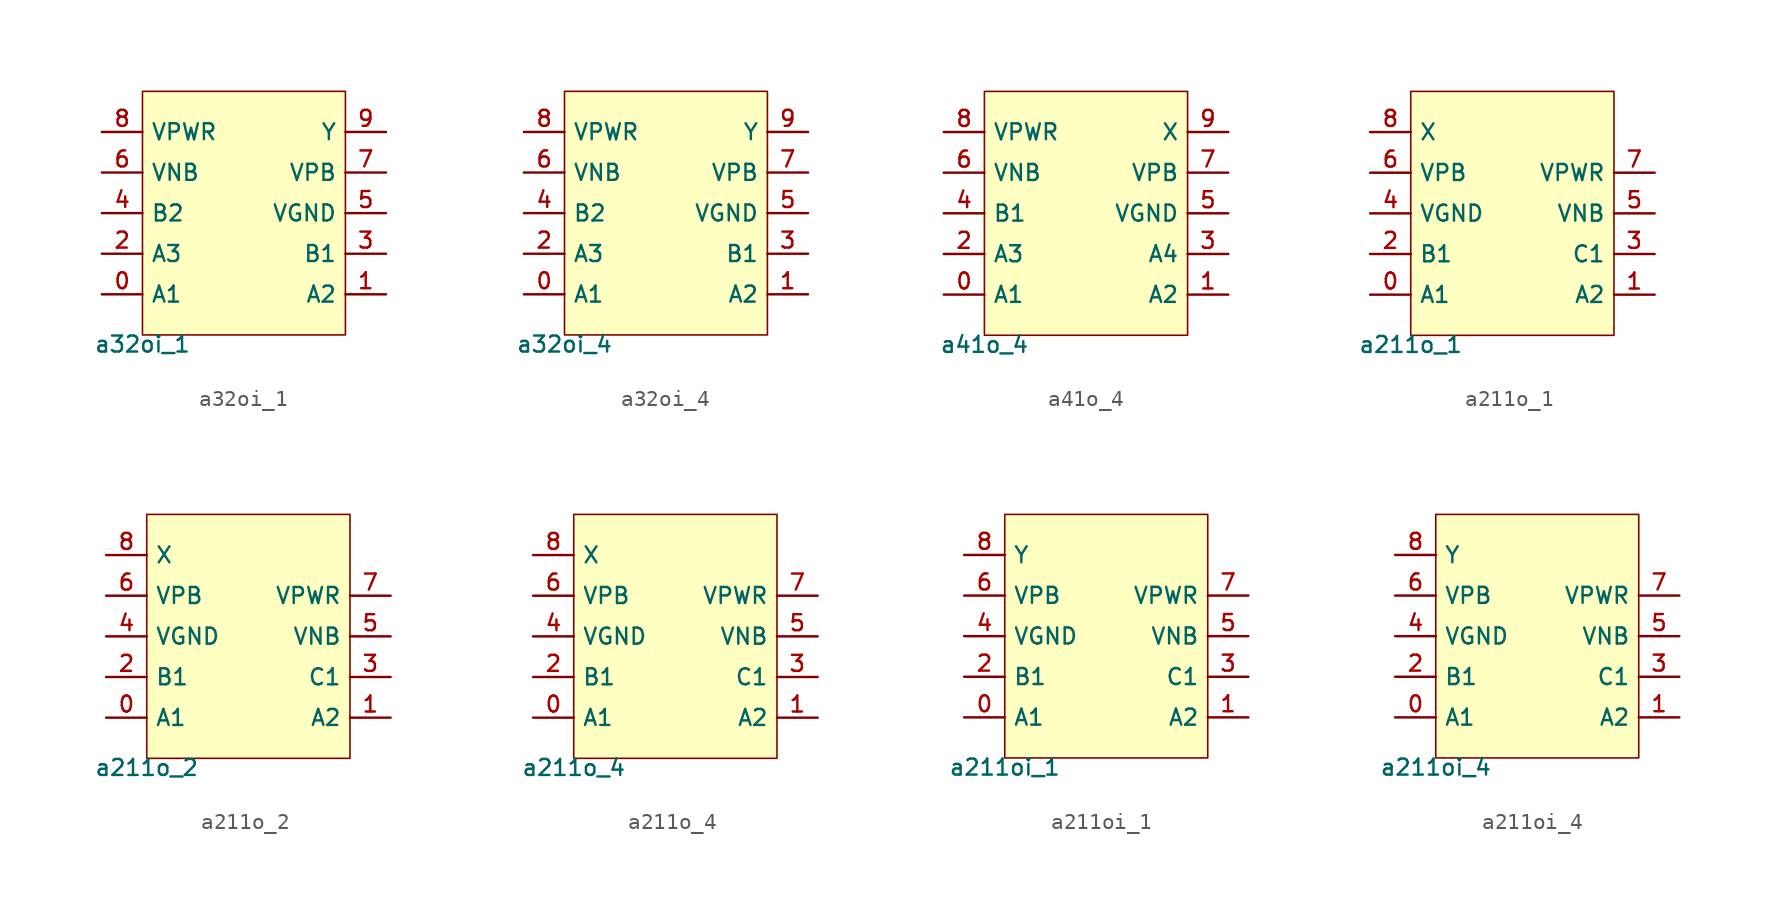
<source format=kicad_sym>
(kicad_symbol_lib
  (version 20211014)
  (generator pdk2kicad)
  (symbol "a32oi_1"
    (property "Reference" "X"
      (at 0 0 0)
      (effects (font (size 1 1)) hide))
    (property "Value" "a32oi_1"
      (at -6.35 -7.62 0)
      (effects (font (size 1 1)) (justify top)))
    (rectangle
      (start -6.35 -7.62)
      (end 6.35 7.62)
      (stroke (width 0.1) (type solid) (color 0 0 0 0))
      (fill (type background)))
    (pin bidirectional line
      (at -8.89 -5.08 0)
      (length 2.54)
      (name "A1" (effects (font (size 1 1)) hide))
      (number "0" (effects (font (size 1 1)) hide)))
    (pin bidirectional line
      (at 8.89 -5.08 180)
      (length 2.54)
      (name "A2" (effects (font (size 1 1)) hide))
      (number "1" (effects (font (size 1 1)) hide)))
    (pin bidirectional line
      (at -8.89 -2.54 0)
      (length 2.54)
      (name "A3" (effects (font (size 1 1)) hide))
      (number "2" (effects (font (size 1 1)) hide)))
    (pin bidirectional line
      (at 8.89 -2.54 180)
      (length 2.54)
      (name "B1" (effects (font (size 1 1)) hide))
      (number "3" (effects (font (size 1 1)) hide)))
    (pin bidirectional line
      (at -8.89 8.881784197001252e-16 0)
      (length 2.54)
      (name "B2" (effects (font (size 1 1)) hide))
      (number "4" (effects (font (size 1 1)) hide)))
    (pin bidirectional line
      (at 8.89 8.881784197001252e-16 180)
      (length 2.54)
      (name "VGND" (effects (font (size 1 1)) hide))
      (number "5" (effects (font (size 1 1)) hide)))
    (pin bidirectional line
      (at -8.89 2.54 0)
      (length 2.54)
      (name "VNB" (effects (font (size 1 1)) hide))
      (number "6" (effects (font (size 1 1)) hide)))
    (pin bidirectional line
      (at 8.89 2.54 180)
      (length 2.54)
      (name "VPB" (effects (font (size 1 1)) hide))
      (number "7" (effects (font (size 1 1)) hide)))
    (pin bidirectional line
      (at -8.89 5.08 0)
      (length 2.54)
      (name "VPWR" (effects (font (size 1 1)) hide))
      (number "8" (effects (font (size 1 1)) hide)))
    (pin bidirectional line
      (at 8.89 5.08 180)
      (length 2.54)
      (name "Y" (effects (font (size 1 1)) hide))
      (number "9" (effects (font (size 1 1)) hide))))
  (symbol "a32oi_4"
    (property "Reference" "X"
      (at 0 0 0)
      (effects (font (size 1 1)) hide))
    (property "Value" "a32oi_4"
      (at -6.35 -7.62 0)
      (effects (font (size 1 1)) (justify top)))
    (rectangle
      (start -6.35 -7.62)
      (end 6.35 7.62)
      (stroke (width 0.1) (type solid) (color 0 0 0 0))
      (fill (type background)))
    (pin bidirectional line
      (at -8.89 -5.08 0)
      (length 2.54)
      (name "A1" (effects (font (size 1 1)) hide))
      (number "0" (effects (font (size 1 1)) hide)))
    (pin bidirectional line
      (at 8.89 -5.08 180)
      (length 2.54)
      (name "A2" (effects (font (size 1 1)) hide))
      (number "1" (effects (font (size 1 1)) hide)))
    (pin bidirectional line
      (at -8.89 -2.54 0)
      (length 2.54)
      (name "A3" (effects (font (size 1 1)) hide))
      (number "2" (effects (font (size 1 1)) hide)))
    (pin bidirectional line
      (at 8.89 -2.54 180)
      (length 2.54)
      (name "B1" (effects (font (size 1 1)) hide))
      (number "3" (effects (font (size 1 1)) hide)))
    (pin bidirectional line
      (at -8.89 8.881784197001252e-16 0)
      (length 2.54)
      (name "B2" (effects (font (size 1 1)) hide))
      (number "4" (effects (font (size 1 1)) hide)))
    (pin bidirectional line
      (at 8.89 8.881784197001252e-16 180)
      (length 2.54)
      (name "VGND" (effects (font (size 1 1)) hide))
      (number "5" (effects (font (size 1 1)) hide)))
    (pin bidirectional line
      (at -8.89 2.54 0)
      (length 2.54)
      (name "VNB" (effects (font (size 1 1)) hide))
      (number "6" (effects (font (size 1 1)) hide)))
    (pin bidirectional line
      (at 8.89 2.54 180)
      (length 2.54)
      (name "VPB" (effects (font (size 1 1)) hide))
      (number "7" (effects (font (size 1 1)) hide)))
    (pin bidirectional line
      (at -8.89 5.08 0)
      (length 2.54)
      (name "VPWR" (effects (font (size 1 1)) hide))
      (number "8" (effects (font (size 1 1)) hide)))
    (pin bidirectional line
      (at 8.89 5.08 180)
      (length 2.54)
      (name "Y" (effects (font (size 1 1)) hide))
      (number "9" (effects (font (size 1 1)) hide))))
  (symbol "a41o_4"
    (property "Reference" "X"
      (at 0 0 0)
      (effects (font (size 1 1)) hide))
    (property "Value" "a41o_4"
      (at -6.35 -7.62 0)
      (effects (font (size 1 1)) (justify top)))
    (rectangle
      (start -6.35 -7.62)
      (end 6.35 7.62)
      (stroke (width 0.1) (type solid) (color 0 0 0 0))
      (fill (type background)))
    (pin bidirectional line
      (at -8.89 -5.08 0)
      (length 2.54)
      (name "A1" (effects (font (size 1 1)) hide))
      (number "0" (effects (font (size 1 1)) hide)))
    (pin bidirectional line
      (at 8.89 -5.08 180)
      (length 2.54)
      (name "A2" (effects (font (size 1 1)) hide))
      (number "1" (effects (font (size 1 1)) hide)))
    (pin bidirectional line
      (at -8.89 -2.54 0)
      (length 2.54)
      (name "A3" (effects (font (size 1 1)) hide))
      (number "2" (effects (font (size 1 1)) hide)))
    (pin bidirectional line
      (at 8.89 -2.54 180)
      (length 2.54)
      (name "A4" (effects (font (size 1 1)) hide))
      (number "3" (effects (font (size 1 1)) hide)))
    (pin bidirectional line
      (at -8.89 8.881784197001252e-16 0)
      (length 2.54)
      (name "B1" (effects (font (size 1 1)) hide))
      (number "4" (effects (font (size 1 1)) hide)))
    (pin bidirectional line
      (at 8.89 8.881784197001252e-16 180)
      (length 2.54)
      (name "VGND" (effects (font (size 1 1)) hide))
      (number "5" (effects (font (size 1 1)) hide)))
    (pin bidirectional line
      (at -8.89 2.54 0)
      (length 2.54)
      (name "VNB" (effects (font (size 1 1)) hide))
      (number "6" (effects (font (size 1 1)) hide)))
    (pin bidirectional line
      (at 8.89 2.54 180)
      (length 2.54)
      (name "VPB" (effects (font (size 1 1)) hide))
      (number "7" (effects (font (size 1 1)) hide)))
    (pin bidirectional line
      (at -8.89 5.08 0)
      (length 2.54)
      (name "VPWR" (effects (font (size 1 1)) hide))
      (number "8" (effects (font (size 1 1)) hide)))
    (pin bidirectional line
      (at 8.89 5.08 180)
      (length 2.54)
      (name "X" (effects (font (size 1 1)) hide))
      (number "9" (effects (font (size 1 1)) hide))))
  (symbol "a211o_1"
    (property "Reference" "X"
      (at 0 0 0)
      (effects (font (size 1 1)) hide))
    (property "Value" "a211o_1"
      (at -6.35 -7.62 0)
      (effects (font (size 1 1)) (justify top)))
    (rectangle
      (start -6.35 -7.62)
      (end 6.35 7.62)
      (stroke (width 0.1) (type solid) (color 0 0 0 0))
      (fill (type background)))
    (pin bidirectional line
      (at -8.89 -5.08 0)
      (length 2.54)
      (name "A1" (effects (font (size 1 1)) hide))
      (number "0" (effects (font (size 1 1)) hide)))
    (pin bidirectional line
      (at 8.89 -5.08 180)
      (length 2.54)
      (name "A2" (effects (font (size 1 1)) hide))
      (number "1" (effects (font (size 1 1)) hide)))
    (pin bidirectional line
      (at -8.89 -2.54 0)
      (length 2.54)
      (name "B1" (effects (font (size 1 1)) hide))
      (number "2" (effects (font (size 1 1)) hide)))
    (pin bidirectional line
      (at 8.89 -2.54 180)
      (length 2.54)
      (name "C1" (effects (font (size 1 1)) hide))
      (number "3" (effects (font (size 1 1)) hide)))
    (pin bidirectional line
      (at -8.89 8.881784197001252e-16 0)
      (length 2.54)
      (name "VGND" (effects (font (size 1 1)) hide))
      (number "4" (effects (font (size 1 1)) hide)))
    (pin bidirectional line
      (at 8.89 8.881784197001252e-16 180)
      (length 2.54)
      (name "VNB" (effects (font (size 1 1)) hide))
      (number "5" (effects (font (size 1 1)) hide)))
    (pin bidirectional line
      (at -8.89 2.54 0)
      (length 2.54)
      (name "VPB" (effects (font (size 1 1)) hide))
      (number "6" (effects (font (size 1 1)) hide)))
    (pin bidirectional line
      (at 8.89 2.54 180)
      (length 2.54)
      (name "VPWR" (effects (font (size 1 1)) hide))
      (number "7" (effects (font (size 1 1)) hide)))
    (pin bidirectional line
      (at -8.89 5.08 0)
      (length 2.54)
      (name "X" (effects (font (size 1 1)) hide))
      (number "8" (effects (font (size 1 1)) hide))))
  (symbol "a211o_2"
    (property "Reference" "X"
      (at 0 0 0)
      (effects (font (size 1 1)) hide))
    (property "Value" "a211o_2"
      (at -6.35 -7.62 0)
      (effects (font (size 1 1)) (justify top)))
    (rectangle
      (start -6.35 -7.62)
      (end 6.35 7.62)
      (stroke (width 0.1) (type solid) (color 0 0 0 0))
      (fill (type background)))
    (pin bidirectional line
      (at -8.89 -5.08 0)
      (length 2.54)
      (name "A1" (effects (font (size 1 1)) hide))
      (number "0" (effects (font (size 1 1)) hide)))
    (pin bidirectional line
      (at 8.89 -5.08 180)
      (length 2.54)
      (name "A2" (effects (font (size 1 1)) hide))
      (number "1" (effects (font (size 1 1)) hide)))
    (pin bidirectional line
      (at -8.89 -2.54 0)
      (length 2.54)
      (name "B1" (effects (font (size 1 1)) hide))
      (number "2" (effects (font (size 1 1)) hide)))
    (pin bidirectional line
      (at 8.89 -2.54 180)
      (length 2.54)
      (name "C1" (effects (font (size 1 1)) hide))
      (number "3" (effects (font (size 1 1)) hide)))
    (pin bidirectional line
      (at -8.89 8.881784197001252e-16 0)
      (length 2.54)
      (name "VGND" (effects (font (size 1 1)) hide))
      (number "4" (effects (font (size 1 1)) hide)))
    (pin bidirectional line
      (at 8.89 8.881784197001252e-16 180)
      (length 2.54)
      (name "VNB" (effects (font (size 1 1)) hide))
      (number "5" (effects (font (size 1 1)) hide)))
    (pin bidirectional line
      (at -8.89 2.54 0)
      (length 2.54)
      (name "VPB" (effects (font (size 1 1)) hide))
      (number "6" (effects (font (size 1 1)) hide)))
    (pin bidirectional line
      (at 8.89 2.54 180)
      (length 2.54)
      (name "VPWR" (effects (font (size 1 1)) hide))
      (number "7" (effects (font (size 1 1)) hide)))
    (pin bidirectional line
      (at -8.89 5.08 0)
      (length 2.54)
      (name "X" (effects (font (size 1 1)) hide))
      (number "8" (effects (font (size 1 1)) hide))))
  (symbol "a211o_4"
    (property "Reference" "X"
      (at 0 0 0)
      (effects (font (size 1 1)) hide))
    (property "Value" "a211o_4"
      (at -6.35 -7.62 0)
      (effects (font (size 1 1)) (justify top)))
    (rectangle
      (start -6.35 -7.62)
      (end 6.35 7.62)
      (stroke (width 0.1) (type solid) (color 0 0 0 0))
      (fill (type background)))
    (pin bidirectional line
      (at -8.89 -5.08 0)
      (length 2.54)
      (name "A1" (effects (font (size 1 1)) hide))
      (number "0" (effects (font (size 1 1)) hide)))
    (pin bidirectional line
      (at 8.89 -5.08 180)
      (length 2.54)
      (name "A2" (effects (font (size 1 1)) hide))
      (number "1" (effects (font (size 1 1)) hide)))
    (pin bidirectional line
      (at -8.89 -2.54 0)
      (length 2.54)
      (name "B1" (effects (font (size 1 1)) hide))
      (number "2" (effects (font (size 1 1)) hide)))
    (pin bidirectional line
      (at 8.89 -2.54 180)
      (length 2.54)
      (name "C1" (effects (font (size 1 1)) hide))
      (number "3" (effects (font (size 1 1)) hide)))
    (pin bidirectional line
      (at -8.89 8.881784197001252e-16 0)
      (length 2.54)
      (name "VGND" (effects (font (size 1 1)) hide))
      (number "4" (effects (font (size 1 1)) hide)))
    (pin bidirectional line
      (at 8.89 8.881784197001252e-16 180)
      (length 2.54)
      (name "VNB" (effects (font (size 1 1)) hide))
      (number "5" (effects (font (size 1 1)) hide)))
    (pin bidirectional line
      (at -8.89 2.54 0)
      (length 2.54)
      (name "VPB" (effects (font (size 1 1)) hide))
      (number "6" (effects (font (size 1 1)) hide)))
    (pin bidirectional line
      (at 8.89 2.54 180)
      (length 2.54)
      (name "VPWR" (effects (font (size 1 1)) hide))
      (number "7" (effects (font (size 1 1)) hide)))
    (pin bidirectional line
      (at -8.89 5.08 0)
      (length 2.54)
      (name "X" (effects (font (size 1 1)) hide))
      (number "8" (effects (font (size 1 1)) hide))))
  (symbol "a211oi_1"
    (property "Reference" "X"
      (at 0 0 0)
      (effects (font (size 1 1)) hide))
    (property "Value" "a211oi_1"
      (at -6.35 -7.62 0)
      (effects (font (size 1 1)) (justify top)))
    (rectangle
      (start -6.35 -7.62)
      (end 6.35 7.62)
      (stroke (width 0.1) (type solid) (color 0 0 0 0))
      (fill (type background)))
    (pin bidirectional line
      (at -8.89 -5.08 0)
      (length 2.54)
      (name "A1" (effects (font (size 1 1)) hide))
      (number "0" (effects (font (size 1 1)) hide)))
    (pin bidirectional line
      (at 8.89 -5.08 180)
      (length 2.54)
      (name "A2" (effects (font (size 1 1)) hide))
      (number "1" (effects (font (size 1 1)) hide)))
    (pin bidirectional line
      (at -8.89 -2.54 0)
      (length 2.54)
      (name "B1" (effects (font (size 1 1)) hide))
      (number "2" (effects (font (size 1 1)) hide)))
    (pin bidirectional line
      (at 8.89 -2.54 180)
      (length 2.54)
      (name "C1" (effects (font (size 1 1)) hide))
      (number "3" (effects (font (size 1 1)) hide)))
    (pin bidirectional line
      (at -8.89 8.881784197001252e-16 0)
      (length 2.54)
      (name "VGND" (effects (font (size 1 1)) hide))
      (number "4" (effects (font (size 1 1)) hide)))
    (pin bidirectional line
      (at 8.89 8.881784197001252e-16 180)
      (length 2.54)
      (name "VNB" (effects (font (size 1 1)) hide))
      (number "5" (effects (font (size 1 1)) hide)))
    (pin bidirectional line
      (at -8.89 2.54 0)
      (length 2.54)
      (name "VPB" (effects (font (size 1 1)) hide))
      (number "6" (effects (font (size 1 1)) hide)))
    (pin bidirectional line
      (at 8.89 2.54 180)
      (length 2.54)
      (name "VPWR" (effects (font (size 1 1)) hide))
      (number "7" (effects (font (size 1 1)) hide)))
    (pin bidirectional line
      (at -8.89 5.08 0)
      (length 2.54)
      (name "Y" (effects (font (size 1 1)) hide))
      (number "8" (effects (font (size 1 1)) hide))))
  (symbol "a211oi_4"
    (property "Reference" "X"
      (at 0 0 0)
      (effects (font (size 1 1)) hide))
    (property "Value" "a211oi_4"
      (at -6.35 -7.62 0)
      (effects (font (size 1 1)) (justify top)))
    (rectangle
      (start -6.35 -7.62)
      (end 6.35 7.62)
      (stroke (width 0.1) (type solid) (color 0 0 0 0))
      (fill (type background)))
    (pin bidirectional line
      (at -8.89 -5.08 0)
      (length 2.54)
      (name "A1" (effects (font (size 1 1)) hide))
      (number "0" (effects (font (size 1 1)) hide)))
    (pin bidirectional line
      (at 8.89 -5.08 180)
      (length 2.54)
      (name "A2" (effects (font (size 1 1)) hide))
      (number "1" (effects (font (size 1 1)) hide)))
    (pin bidirectional line
      (at -8.89 -2.54 0)
      (length 2.54)
      (name "B1" (effects (font (size 1 1)) hide))
      (number "2" (effects (font (size 1 1)) hide)))
    (pin bidirectional line
      (at 8.89 -2.54 180)
      (length 2.54)
      (name "C1" (effects (font (size 1 1)) hide))
      (number "3" (effects (font (size 1 1)) hide)))
    (pin bidirectional line
      (at -8.89 8.881784197001252e-16 0)
      (length 2.54)
      (name "VGND" (effects (font (size 1 1)) hide))
      (number "4" (effects (font (size 1 1)) hide)))
    (pin bidirectional line
      (at 8.89 8.881784197001252e-16 180)
      (length 2.54)
      (name "VNB" (effects (font (size 1 1)) hide))
      (number "5" (effects (font (size 1 1)) hide)))
    (pin bidirectional line
      (at -8.89 2.54 0)
      (length 2.54)
      (name "VPB" (effects (font (size 1 1)) hide))
      (number "6" (effects (font (size 1 1)) hide)))
    (pin bidirectional line
      (at 8.89 2.54 180)
      (length 2.54)
      (name "VPWR" (effects (font (size 1 1)) hide))
      (number "7" (effects (font (size 1 1)) hide)))
    (pin bidirectional line
      (at -8.89 5.08 0)
      (length 2.54)
      (name "Y" (effects (font (size 1 1)) hide))
      (number "8" (effects (font (size 1 1)) hide)))))
</source>
